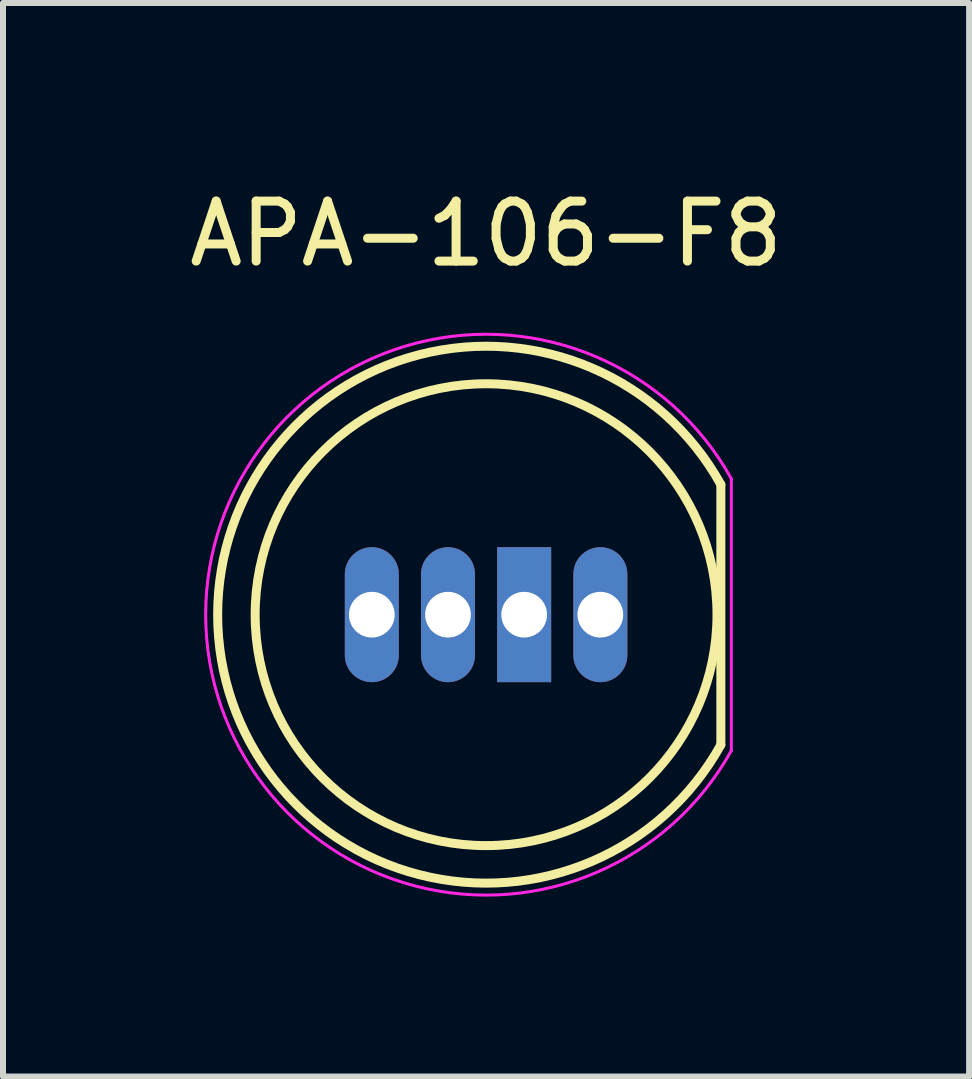
<source format=kicad_pcb>
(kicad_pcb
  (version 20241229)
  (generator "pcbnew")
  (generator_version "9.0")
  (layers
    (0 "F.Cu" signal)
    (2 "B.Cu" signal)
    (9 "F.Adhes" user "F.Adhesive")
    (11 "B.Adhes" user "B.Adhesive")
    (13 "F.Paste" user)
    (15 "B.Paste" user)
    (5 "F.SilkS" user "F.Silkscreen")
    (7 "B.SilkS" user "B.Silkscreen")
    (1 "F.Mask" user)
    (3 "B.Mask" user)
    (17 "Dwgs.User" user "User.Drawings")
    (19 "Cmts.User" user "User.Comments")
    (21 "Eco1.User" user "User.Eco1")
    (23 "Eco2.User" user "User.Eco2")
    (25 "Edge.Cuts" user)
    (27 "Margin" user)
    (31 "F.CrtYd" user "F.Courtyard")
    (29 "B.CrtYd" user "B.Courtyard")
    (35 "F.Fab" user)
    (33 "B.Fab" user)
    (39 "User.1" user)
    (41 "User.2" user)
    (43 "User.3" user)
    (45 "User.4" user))
  (footprint "APA-106-F8"
    (layer "F.Cu")
    (at 5.054 7.198)
    (property "Reference" "APA-106-F8" (at 0 -6.35 180) (layer "F.SilkS") (effects (font (size 1 1) (thickness 0.15))))
    (attr through_hole)
    (fp_line (start 3.914 2.17) (end 3.914 -2.17) (stroke (width 0.15) (type solid)) (layer "F.SilkS"))
    (fp_arc (start 3.914 2.17) (mid -4.475298 -0.00038) (end 3.914368 -2.169335) (stroke (width 0.15) (type solid)) (layer "F.SilkS"))
    (fp_circle (center 0 0) (end 0 3.85) (stroke (width 0.15) (type solid)) (fill no) (layer "F.SilkS"))
    (fp_line (start 4.089 2.266) (end 4.089 -2.266) (stroke (width 0.05) (type solid)) (layer "F.CrtYd"))
    (fp_arc (start 4.089 2.266) (mid -4.674899 0.000498) (end 4.088517 -2.266872) (stroke (width 0.05) (type solid)) (layer "F.CrtYd"))
    (pad "1" thru_hole oval (at -1.905 0 90) (size 2.25 0.9) (drill 0.762) (layers "*.Cu" "*.Mask"))
    (pad "2" thru_hole oval (at -0.635 0 90) (size 2.25 0.9) (drill 0.762) (layers "*.Cu" "*.Mask"))
    (pad "3" thru_hole rect (at 0.635 0 90) (size 2.25 0.9) (drill 0.762) (layers "*.Cu" "*.Mask"))
    (pad "4" thru_hole oval (at 1.905 0 90) (size 2.25 0.9) (drill 0.762) (layers "*.Cu" "*.Mask")))
  (gr_rect
    (start -3 -3)
    (end 13.107 14.898)
    (stroke (width 0.1) (type default))
    (fill no)
    (layer "Edge.Cuts")))
</source>
